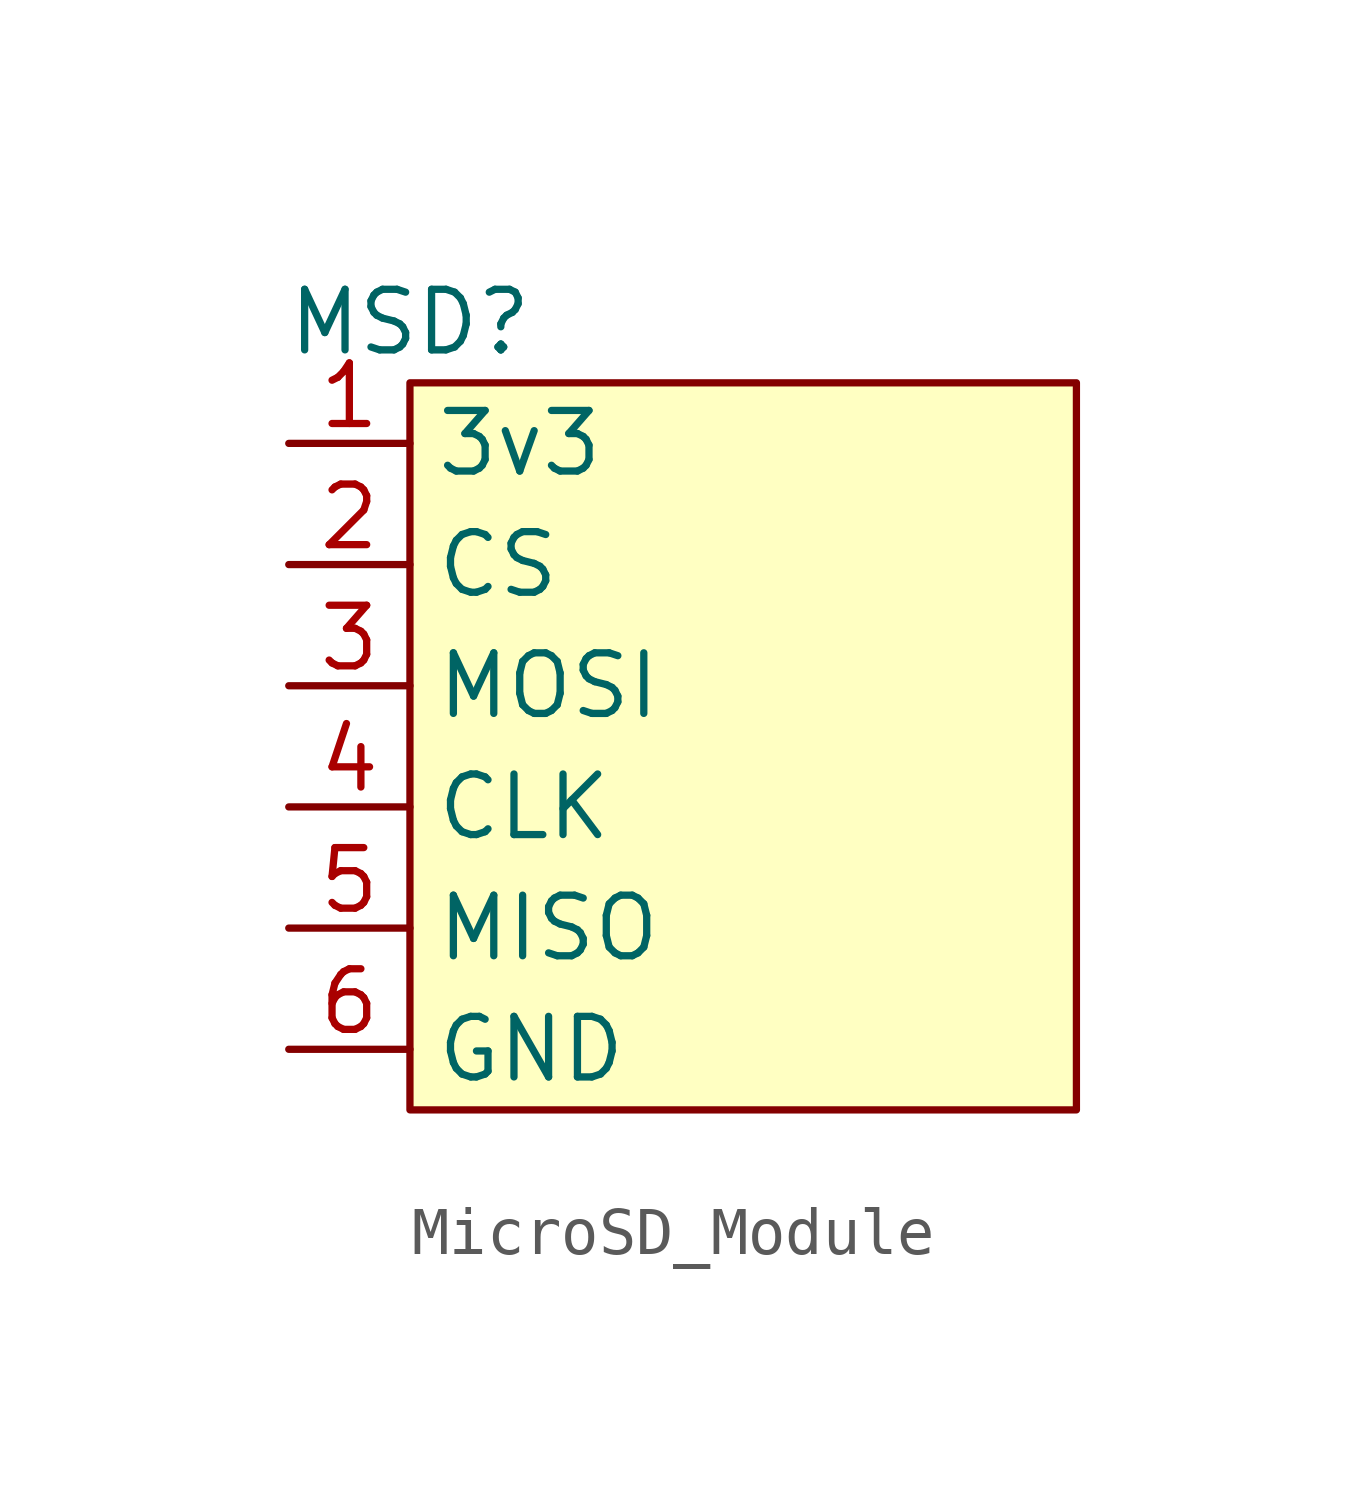
<source format=kicad_sym>
(kicad_symbol_lib
  (version 20220914)
  (generator kicad_symbol_editor)
  (symbol "MicroSD_Module"
    (property "Reference" "MSD"
      (at 0 2.54 0)
      (effects (font (size 1.27 1.27))))
    (property "Value" ""
      (at 0 0 0)
      (effects (font (size 1.27 1.27))))
    (symbol "MicroSD_Module_1_1"
      (rectangle (start 0 1.27) (end 13.97 -13.97) (stroke (width 0) (type default)) (fill (type background)))
      (pin bidirectional line (at -2.54 0 0) (length 2.54) (name "3v3" (effects (font (size 1.27 1.27)))) (number "1" (effects (font (size 1.27 1.27)))))
      (pin bidirectional line (at -2.54 -2.54 0) (length 2.54) (name "CS" (effects (font (size 1.27 1.27)))) (number "2" (effects (font (size 1.27 1.27)))))
      (pin bidirectional line (at -2.54 -5.08 0) (length 2.54) (name "MOSI" (effects (font (size 1.27 1.27)))) (number "3" (effects (font (size 1.27 1.27)))))
      (pin bidirectional line (at -2.54 -7.62 0) (length 2.54) (name "CLK" (effects (font (size 1.27 1.27)))) (number "4" (effects (font (size 1.27 1.27)))))
      (pin bidirectional line (at -2.54 -10.16 0) (length 2.54) (name "MISO" (effects (font (size 1.27 1.27)))) (number "5" (effects (font (size 1.27 1.27)))))
      (pin bidirectional line (at -2.54 -12.7 0) (length 2.54) (name "GND" (effects (font (size 1.27 1.27)))) (number "6" (effects (font (size 1.27 1.27))))))))
</source>
